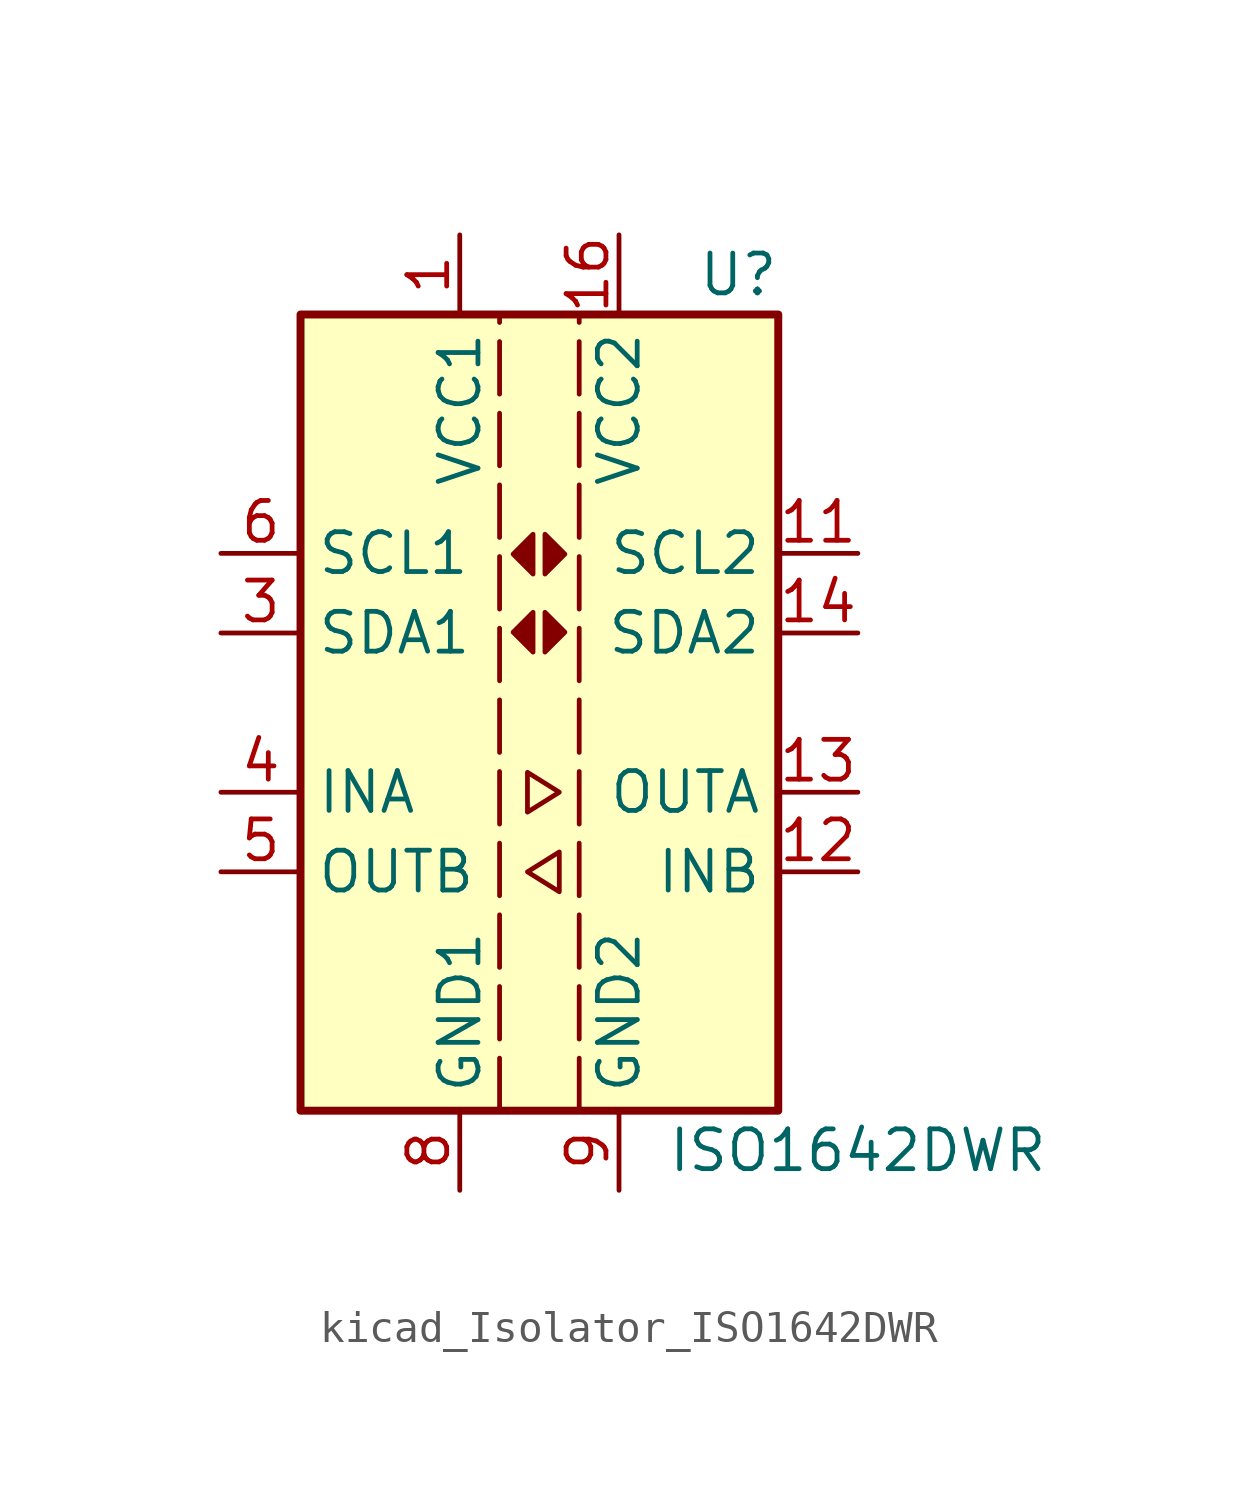
<source format=kicad_sym>
(kicad_symbol_lib
  (version 20220914)
  (generator kicad_symbol_editor)
  (symbol "kicad_Isolator_ISO1642DWR"
    (property "Reference" "U"
      (at 6.35 13.97 0)
      (effects (font (size 1.27 1.27))))
    (property "Value" "ISO1642DWR"
      (at 10.16 -13.97 0)
      (effects (font (size 1.27 1.27))))
    (symbol "kicad_Isolator_ISO1642DWR_1_1"
      (rectangle (start -7.62 12.7) (end 7.62 -12.7) (stroke (width 0.254) (type default)) (fill (type background)))
      (polyline (pts (xy -1.27 -12.7) (xy -1.27 12.7)) (stroke (width 0) (type dash)) (fill (type none)))
      (polyline (pts (xy 1.27 -12.7) (xy 1.27 12.7)) (stroke (width 0) (type dash)) (fill (type none)))
      (polyline (pts (xy -0.381 -1.905) (xy -0.381 -3.175) (xy 0.635 -2.54) (xy -0.381 -1.905)) (stroke (width 0) (type default)) (fill (type none)))
      (polyline (pts (xy -0.203 3.2) (xy -0.203 1.93) (xy -0.838 2.565) (xy -0.203 3.2)) (stroke (width 0) (type default)) (fill (type outline)))
      (polyline (pts (xy -0.203 5.69) (xy -0.203 4.42) (xy -0.838 5.055) (xy -0.203 5.69)) (stroke (width 0) (type default)) (fill (type outline)))
      (polyline (pts (xy 0.178 3.2) (xy 0.178 1.93) (xy 0.813 2.565) (xy 0.178 3.2)) (stroke (width 0) (type default)) (fill (type outline)))
      (polyline (pts (xy 0.178 5.69) (xy 0.178 4.42) (xy 0.813 5.055) (xy 0.178 5.69)) (stroke (width 0) (type default)) (fill (type outline)))
      (polyline (pts (xy 0.635 -4.445) (xy 0.635 -5.715) (xy -0.381 -5.08) (xy 0.635 -4.445)) (stroke (width 0) (type default)) (fill (type none)))
      (pin power_in line (at -2.54 15.24 270) (length 2.54) (name "VCC1" (effects (font (size 1.27 1.27)))) (number "1" (effects (font (size 1.27 1.27)))))
      (pin no_connect line (at 7.62 10.16 180) (length 2.54) hide (name "NC" (effects (font (size 1.27 1.27)))) (number "10" (effects (font (size 1.27 1.27)))))
      (pin bidirectional line (at 10.16 5.08 180) (length 2.54) (name "SCL2" (effects (font (size 1.27 1.27)))) (number "11" (effects (font (size 1.27 1.27)))))
      (pin input line (at 10.16 -5.08 180) (length 2.54) (name "INB" (effects (font (size 1.27 1.27)))) (number "12" (effects (font (size 1.27 1.27)))))
      (pin output line (at 10.16 -2.54 180) (length 2.54) (name "OUTA" (effects (font (size 1.27 1.27)))) (number "13" (effects (font (size 1.27 1.27)))))
      (pin bidirectional line (at 10.16 2.54 180) (length 2.54) (name "SDA2" (effects (font (size 1.27 1.27)))) (number "14" (effects (font (size 1.27 1.27)))))
      (pin no_connect line (at 7.62 -10.16 180) (length 2.54) hide (name "NC" (effects (font (size 1.27 1.27)))) (number "15" (effects (font (size 1.27 1.27)))))
      (pin power_in line (at 2.54 15.24 270) (length 2.54) (name "VCC2" (effects (font (size 1.27 1.27)))) (number "16" (effects (font (size 1.27 1.27)))))
      (pin no_connect line (at -7.62 10.16 0) (length 2.54) hide (name "NC" (effects (font (size 1.27 1.27)))) (number "2" (effects (font (size 1.27 1.27)))))
      (pin bidirectional line (at -10.16 2.54 0) (length 2.54) (name "SDA1" (effects (font (size 1.27 1.27)))) (number "3" (effects (font (size 1.27 1.27)))))
      (pin input line (at -10.16 -2.54 0) (length 2.54) (name "INA" (effects (font (size 1.27 1.27)))) (number "4" (effects (font (size 1.27 1.27)))))
      (pin output line (at -10.16 -5.08 0) (length 2.54) (name "OUTB" (effects (font (size 1.27 1.27)))) (number "5" (effects (font (size 1.27 1.27)))))
      (pin bidirectional line (at -10.16 5.08 0) (length 2.54) (name "SCL1" (effects (font (size 1.27 1.27)))) (number "6" (effects (font (size 1.27 1.27)))))
      (pin no_connect line (at -7.62 -10.16 0) (length 2.54) hide (name "NC" (effects (font (size 1.27 1.27)))) (number "7" (effects (font (size 1.27 1.27)))))
      (pin power_in line (at -2.54 -15.24 90) (length 2.54) (name "GND1" (effects (font (size 1.27 1.27)))) (number "8" (effects (font (size 1.27 1.27)))))
      (pin power_in line (at 2.54 -15.24 90) (length 2.54) (name "GND2" (effects (font (size 1.27 1.27)))) (number "9" (effects (font (size 1.27 1.27))))))))
</source>
